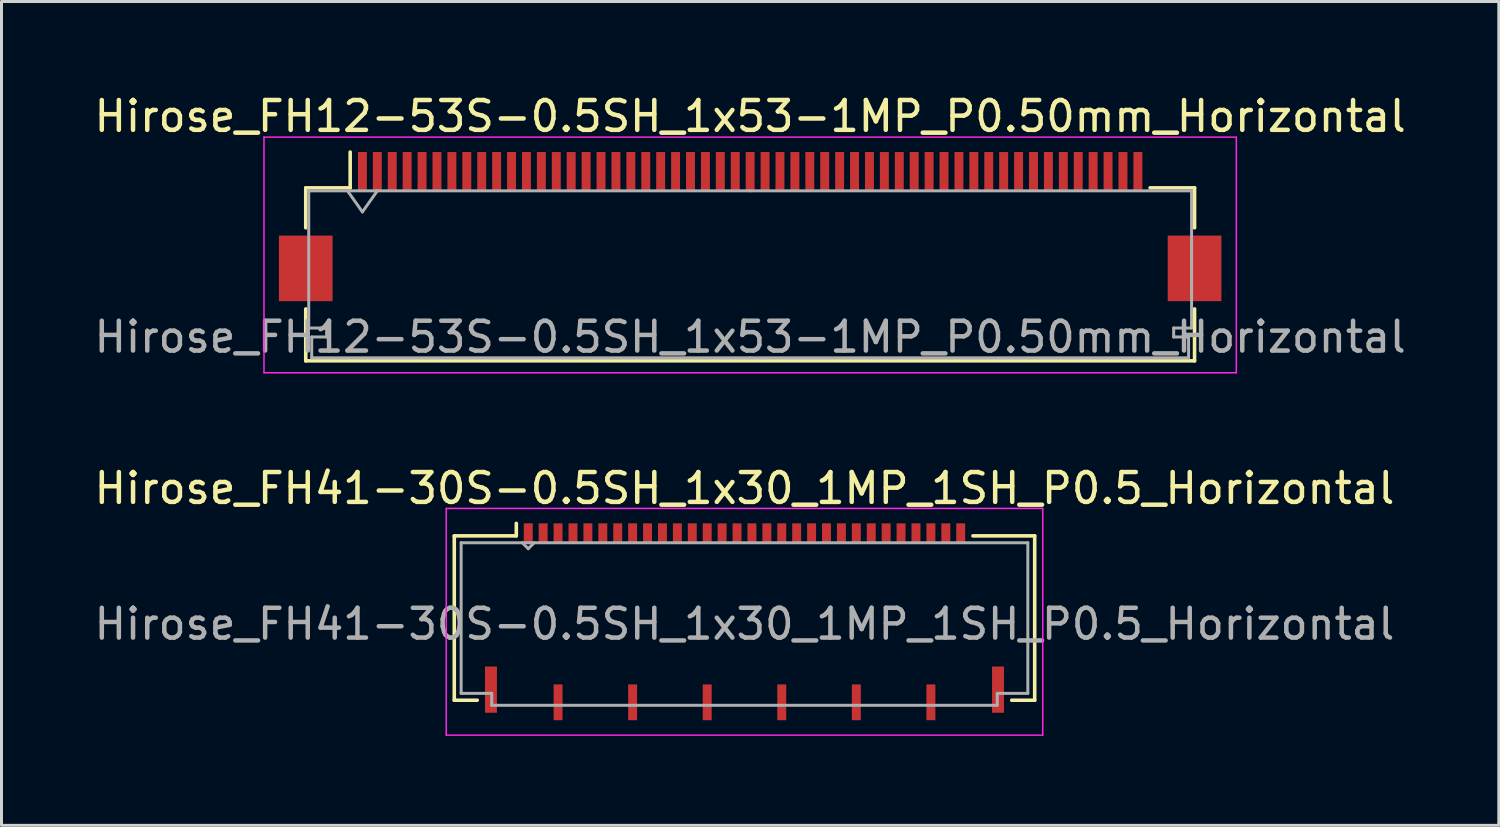
<source format=kicad_pcb>
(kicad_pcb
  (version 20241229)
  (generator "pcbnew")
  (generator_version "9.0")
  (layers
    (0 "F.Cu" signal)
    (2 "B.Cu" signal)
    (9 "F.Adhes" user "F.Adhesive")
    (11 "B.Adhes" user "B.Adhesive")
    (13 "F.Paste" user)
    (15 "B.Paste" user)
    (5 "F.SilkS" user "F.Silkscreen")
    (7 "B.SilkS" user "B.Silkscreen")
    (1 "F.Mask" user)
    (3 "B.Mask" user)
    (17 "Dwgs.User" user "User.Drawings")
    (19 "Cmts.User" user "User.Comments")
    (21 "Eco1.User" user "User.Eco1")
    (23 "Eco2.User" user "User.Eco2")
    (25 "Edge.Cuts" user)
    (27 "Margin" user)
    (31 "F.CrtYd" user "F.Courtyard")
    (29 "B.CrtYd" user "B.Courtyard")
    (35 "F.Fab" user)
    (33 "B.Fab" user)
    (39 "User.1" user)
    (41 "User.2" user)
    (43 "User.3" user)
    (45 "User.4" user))
  (footprint "Hirose_FH41-30S-0.5SH_1x30_1MP_1SH_P0.5_Horizontal"
    (layer "F.Cu")
    (at 21.911 17.797)
    (property "Reference" "Hirose_FH41-30S-0.5SH_1x30_1MP_1SH_P0.5_Horizontal" (at 0 -4.475 0) (layer "F.SilkS") (effects (font (size 1 1) (thickness 0.15))))
    (attr smd)
    (fp_line (start -9.73 -2.88) (end -9.73 2.63) (stroke (width 0.12) (type solid)) (layer "F.SilkS"))
    (fp_line (start -9.73 2.63) (end -8.96 2.63) (stroke (width 0.12) (type solid)) (layer "F.SilkS"))
    (fp_line (start -7.66 -2.88) (end -9.73 -2.88) (stroke (width 0.12) (type solid)) (layer "F.SilkS"))
    (fp_line (start -7.65 -2.88) (end -7.65 -3.3) (stroke (width 0.12) (type solid)) (layer "F.SilkS"))
    (fp_line (start 7.66 -2.88) (end 9.73 -2.88) (stroke (width 0.12) (type solid)) (layer "F.SilkS"))
    (fp_line (start 9.73 -2.88) (end 9.73 2.63) (stroke (width 0.12) (type solid)) (layer "F.SilkS"))
    (fp_line (start 9.73 2.63) (end 8.96 2.63) (stroke (width 0.12) (type solid)) (layer "F.SilkS"))
    (fp_line (start -10 -3.8) (end -10 3.8) (stroke (width 0.05) (type solid)) (layer "F.CrtYd"))
    (fp_line (start -10 -3.8) (end 10 -3.8) (stroke (width 0.05) (type solid)) (layer "F.CrtYd"))
    (fp_line (start -10 3.8) (end 10 3.8) (stroke (width 0.05) (type solid)) (layer "F.CrtYd"))
    (fp_line (start 10 -3.8) (end 10 3.8) (stroke (width 0.05) (type solid)) (layer "F.CrtYd"))
    (fp_line (start -9.5 -2.65) (end 9.5 -2.65) (stroke (width 0.1) (type solid)) (layer "F.Fab"))
    (fp_line (start -9.5 2.4) (end -9.5 -2.65) (stroke (width 0.1) (type solid)) (layer "F.Fab"))
    (fp_line (start -8.475 2.4) (end -9.5 2.4) (stroke (width 0.1) (type solid)) (layer "F.Fab"))
    (fp_line (start -8.475 2.8) (end -8.475 2.4) (stroke (width 0.1) (type solid)) (layer "F.Fab"))
    (fp_line (start -7.45 -2.65) (end -7.25 -2.45) (stroke (width 0.1) (type solid)) (layer "F.Fab"))
    (fp_line (start -7.25 -2.45) (end -7.05 -2.65) (stroke (width 0.1) (type solid)) (layer "F.Fab"))
    (fp_line (start 8.475 2.4) (end 8.475 2.8) (stroke (width 0.1) (type solid)) (layer "F.Fab"))
    (fp_line (start 8.475 2.8) (end -8.475 2.8) (stroke (width 0.1) (type solid)) (layer "F.Fab"))
    (fp_line (start 9.5 -2.65) (end 9.5 2.4) (stroke (width 0.1) (type solid)) (layer "F.Fab"))
    (fp_line (start 9.5 2.4) (end 8.475 2.4) (stroke (width 0.1) (type solid)) (layer "F.Fab"))
    (fp_text user "${REFERENCE}" (at 0 0.075 0) (layer "F.Fab") (effects (font (size 1 1) (thickness 0.15))))
    (pad "1" smd rect (at -7.25 -2.975) (size 0.3 0.65) (layers "F.Cu" "F.Mask" "F.Paste"))
    (pad "2" smd rect (at -6.75 -2.975) (size 0.3 0.65) (layers "F.Cu" "F.Mask" "F.Paste"))
    (pad "3" smd rect (at -6.25 -2.975) (size 0.3 0.65) (layers "F.Cu" "F.Mask" "F.Paste"))
    (pad "4" smd rect (at -5.75 -2.975) (size 0.3 0.65) (layers "F.Cu" "F.Mask" "F.Paste"))
    (pad "5" smd rect (at -5.25 -2.975) (size 0.3 0.65) (layers "F.Cu" "F.Mask" "F.Paste"))
    (pad "6" smd rect (at -4.75 -2.975) (size 0.3 0.65) (layers "F.Cu" "F.Mask" "F.Paste"))
    (pad "7" smd rect (at -4.25 -2.975) (size 0.3 0.65) (layers "F.Cu" "F.Mask" "F.Paste"))
    (pad "8" smd rect (at -3.75 -2.975) (size 0.3 0.65) (layers "F.Cu" "F.Mask" "F.Paste"))
    (pad "9" smd rect (at -3.25 -2.975) (size 0.3 0.65) (layers "F.Cu" "F.Mask" "F.Paste"))
    (pad "10" smd rect (at -2.75 -2.975) (size 0.3 0.65) (layers "F.Cu" "F.Mask" "F.Paste"))
    (pad "11" smd rect (at -2.25 -2.975) (size 0.3 0.65) (layers "F.Cu" "F.Mask" "F.Paste"))
    (pad "12" smd rect (at -1.75 -2.975) (size 0.3 0.65) (layers "F.Cu" "F.Mask" "F.Paste"))
    (pad "13" smd rect (at -1.25 -2.975) (size 0.3 0.65) (layers "F.Cu" "F.Mask" "F.Paste"))
    (pad "14" smd rect (at -0.75 -2.975) (size 0.3 0.65) (layers "F.Cu" "F.Mask" "F.Paste"))
    (pad "15" smd rect (at -0.25 -2.975) (size 0.3 0.65) (layers "F.Cu" "F.Mask" "F.Paste"))
    (pad "16" smd rect (at 0.25 -2.975) (size 0.3 0.65) (layers "F.Cu" "F.Mask" "F.Paste"))
    (pad "17" smd rect (at 0.75 -2.975) (size 0.3 0.65) (layers "F.Cu" "F.Mask" "F.Paste"))
    (pad "18" smd rect (at 1.25 -2.975) (size 0.3 0.65) (layers "F.Cu" "F.Mask" "F.Paste"))
    (pad "19" smd rect (at 1.75 -2.975) (size 0.3 0.65) (layers "F.Cu" "F.Mask" "F.Paste"))
    (pad "20" smd rect (at 2.25 -2.975) (size 0.3 0.65) (layers "F.Cu" "F.Mask" "F.Paste"))
    (pad "21" smd rect (at 2.75 -2.975) (size 0.3 0.65) (layers "F.Cu" "F.Mask" "F.Paste"))
    (pad "22" smd rect (at 3.25 -2.975) (size 0.3 0.65) (layers "F.Cu" "F.Mask" "F.Paste"))
    (pad "23" smd rect (at 3.75 -2.975) (size 0.3 0.65) (layers "F.Cu" "F.Mask" "F.Paste"))
    (pad "24" smd rect (at 4.25 -2.975) (size 0.3 0.65) (layers "F.Cu" "F.Mask" "F.Paste"))
    (pad "25" smd rect (at 4.75 -2.975) (size 0.3 0.65) (layers "F.Cu" "F.Mask" "F.Paste"))
    (pad "26" smd rect (at 5.25 -2.975) (size 0.3 0.65) (layers "F.Cu" "F.Mask" "F.Paste"))
    (pad "27" smd rect (at 5.75 -2.975) (size 0.3 0.65) (layers "F.Cu" "F.Mask" "F.Paste"))
    (pad "28" smd rect (at 6.25 -2.975) (size 0.3 0.65) (layers "F.Cu" "F.Mask" "F.Paste"))
    (pad "29" smd rect (at 6.75 -2.975) (size 0.3 0.65) (layers "F.Cu" "F.Mask" "F.Paste"))
    (pad "30" smd rect (at 7.25 -2.975) (size 0.3 0.65) (layers "F.Cu" "F.Mask" "F.Paste"))
    (pad "MP" smd rect (at -8.5 2.275) (size 0.4 1.55) (layers "F.Cu" "F.Mask" "F.Paste"))
    (pad "MP" smd rect (at 8.5 2.275) (size 0.4 1.55) (layers "F.Cu" "F.Mask" "F.Paste"))
    (pad "SH" smd rect (at -6.25 2.7) (size 0.3 1.2) (layers "F.Cu" "F.Mask" "F.Paste"))
    (pad "SH" smd rect (at -3.75 2.7) (size 0.3 1.2) (layers "F.Cu" "F.Mask" "F.Paste"))
    (pad "SH" smd rect (at -1.25 2.7) (size 0.3 1.2) (layers "F.Cu" "F.Mask" "F.Paste"))
    (pad "SH" smd rect (at 1.25 2.7) (size 0.3 1.2) (layers "F.Cu" "F.Mask" "F.Paste"))
    (pad "SH" smd rect (at 3.75 2.7) (size 0.3 1.2) (layers "F.Cu" "F.Mask" "F.Paste"))
    (pad "SH" smd rect (at 6.25 2.7) (size 0.3 1.2) (layers "F.Cu" "F.Mask" "F.Paste")))
  (footprint "Hirose_FH12-53S-0.5SH_1x53-1MP_P0.50mm_Horizontal"
    (layer "F.Cu")
    (at 22.101 4.548)
    (property "Reference" "Hirose_FH12-53S-0.5SH_1x53-1MP_P0.50mm_Horizontal" (at 0 -3.7 0) (layer "F.SilkS") (effects (font (size 1 1) (thickness 0.15))))
    (attr smd)
    (fp_line (start -14.9 -1.3) (end -14.9 0.04) (stroke (width 0.12) (type solid)) (layer "F.SilkS"))
    (fp_line (start -14.9 2.76) (end -14.9 4.5) (stroke (width 0.12) (type solid)) (layer "F.SilkS"))
    (fp_line (start -14.9 4.5) (end 14.9 4.5) (stroke (width 0.12) (type solid)) (layer "F.SilkS"))
    (fp_line (start -13.41 -1.3) (end -14.9 -1.3) (stroke (width 0.12) (type solid)) (layer "F.SilkS"))
    (fp_line (start -13.41 -1.3) (end -13.41 -2.5) (stroke (width 0.12) (type solid)) (layer "F.SilkS"))
    (fp_line (start 13.41 -1.3) (end 14.9 -1.3) (stroke (width 0.12) (type solid)) (layer "F.SilkS"))
    (fp_line (start 14.9 -1.3) (end 14.9 0.04) (stroke (width 0.12) (type solid)) (layer "F.SilkS"))
    (fp_line (start 14.9 4.5) (end 14.9 2.76) (stroke (width 0.12) (type solid)) (layer "F.SilkS"))
    (fp_line (start -16.3 -3) (end -16.3 4.9) (stroke (width 0.05) (type solid)) (layer "F.CrtYd"))
    (fp_line (start -16.3 4.9) (end 16.3 4.9) (stroke (width 0.05) (type solid)) (layer "F.CrtYd"))
    (fp_line (start 16.3 -3) (end -16.3 -3) (stroke (width 0.05) (type solid)) (layer "F.CrtYd"))
    (fp_line (start 16.3 4.9) (end 16.3 -3) (stroke (width 0.05) (type solid)) (layer "F.CrtYd"))
    (fp_line (start -14.8 -1.2) (end -14.8 3.4) (stroke (width 0.1) (type solid)) (layer "F.Fab"))
    (fp_line (start -14.8 3.4) (end -14.2 3.4) (stroke (width 0.1) (type solid)) (layer "F.Fab"))
    (fp_line (start -14.7 3.7) (end -14.7 4.4) (stroke (width 0.1) (type solid)) (layer "F.Fab"))
    (fp_line (start -14.7 4.4) (end 0 4.4) (stroke (width 0.1) (type solid)) (layer "F.Fab"))
    (fp_line (start -14.2 3.4) (end -14.2 3.7) (stroke (width 0.1) (type solid)) (layer "F.Fab"))
    (fp_line (start -14.2 3.7) (end -14.7 3.7) (stroke (width 0.1) (type solid)) (layer "F.Fab"))
    (fp_line (start -13.5 -1.2) (end -13 -0.493) (stroke (width 0.1) (type solid)) (layer "F.Fab"))
    (fp_line (start -13 -0.493) (end -12.5 -1.2) (stroke (width 0.1) (type solid)) (layer "F.Fab"))
    (fp_line (start 0 -1.2) (end -14.8 -1.2) (stroke (width 0.1) (type solid)) (layer "F.Fab"))
    (fp_line (start 0 -1.2) (end 14.8 -1.2) (stroke (width 0.1) (type solid)) (layer "F.Fab"))
    (fp_line (start 14.2 3.4) (end 14.2 3.7) (stroke (width 0.1) (type solid)) (layer "F.Fab"))
    (fp_line (start 14.2 3.7) (end 14.7 3.7) (stroke (width 0.1) (type solid)) (layer "F.Fab"))
    (fp_line (start 14.7 3.7) (end 14.7 4.4) (stroke (width 0.1) (type solid)) (layer "F.Fab"))
    (fp_line (start 14.7 4.4) (end 0 4.4) (stroke (width 0.1) (type solid)) (layer "F.Fab"))
    (fp_line (start 14.8 -1.2) (end 14.8 3.4) (stroke (width 0.1) (type solid)) (layer "F.Fab"))
    (fp_line (start 14.8 3.4) (end 14.2 3.4) (stroke (width 0.1) (type solid)) (layer "F.Fab"))
    (fp_text user "${REFERENCE}" (at 0 3.7 0) (layer "F.Fab") (effects (font (size 1 1) (thickness 0.15))))
    (pad "1" smd rect (at -13 -1.85) (size 0.3 1.3) (layers "F.Cu" "F.Mask" "F.Paste"))
    (pad "2" smd rect (at -12.5 -1.85) (size 0.3 1.3) (layers "F.Cu" "F.Mask" "F.Paste"))
    (pad "3" smd rect (at -12 -1.85) (size 0.3 1.3) (layers "F.Cu" "F.Mask" "F.Paste"))
    (pad "4" smd rect (at -11.5 -1.85) (size 0.3 1.3) (layers "F.Cu" "F.Mask" "F.Paste"))
    (pad "5" smd rect (at -11 -1.85) (size 0.3 1.3) (layers "F.Cu" "F.Mask" "F.Paste"))
    (pad "6" smd rect (at -10.5 -1.85) (size 0.3 1.3) (layers "F.Cu" "F.Mask" "F.Paste"))
    (pad "7" smd rect (at -10 -1.85) (size 0.3 1.3) (layers "F.Cu" "F.Mask" "F.Paste"))
    (pad "8" smd rect (at -9.5 -1.85) (size 0.3 1.3) (layers "F.Cu" "F.Mask" "F.Paste"))
    (pad "9" smd rect (at -9 -1.85) (size 0.3 1.3) (layers "F.Cu" "F.Mask" "F.Paste"))
    (pad "10" smd rect (at -8.5 -1.85) (size 0.3 1.3) (layers "F.Cu" "F.Mask" "F.Paste"))
    (pad "11" smd rect (at -8 -1.85) (size 0.3 1.3) (layers "F.Cu" "F.Mask" "F.Paste"))
    (pad "12" smd rect (at -7.5 -1.85) (size 0.3 1.3) (layers "F.Cu" "F.Mask" "F.Paste"))
    (pad "13" smd rect (at -7 -1.85) (size 0.3 1.3) (layers "F.Cu" "F.Mask" "F.Paste"))
    (pad "14" smd rect (at -6.5 -1.85) (size 0.3 1.3) (layers "F.Cu" "F.Mask" "F.Paste"))
    (pad "15" smd rect (at -6 -1.85) (size 0.3 1.3) (layers "F.Cu" "F.Mask" "F.Paste"))
    (pad "16" smd rect (at -5.5 -1.85) (size 0.3 1.3) (layers "F.Cu" "F.Mask" "F.Paste"))
    (pad "17" smd rect (at -5 -1.85) (size 0.3 1.3) (layers "F.Cu" "F.Mask" "F.Paste"))
    (pad "18" smd rect (at -4.5 -1.85) (size 0.3 1.3) (layers "F.Cu" "F.Mask" "F.Paste"))
    (pad "19" smd rect (at -4 -1.85) (size 0.3 1.3) (layers "F.Cu" "F.Mask" "F.Paste"))
    (pad "20" smd rect (at -3.5 -1.85) (size 0.3 1.3) (layers "F.Cu" "F.Mask" "F.Paste"))
    (pad "21" smd rect (at -3 -1.85) (size 0.3 1.3) (layers "F.Cu" "F.Mask" "F.Paste"))
    (pad "22" smd rect (at -2.5 -1.85) (size 0.3 1.3) (layers "F.Cu" "F.Mask" "F.Paste"))
    (pad "23" smd rect (at -2 -1.85) (size 0.3 1.3) (layers "F.Cu" "F.Mask" "F.Paste"))
    (pad "24" smd rect (at -1.5 -1.85) (size 0.3 1.3) (layers "F.Cu" "F.Mask" "F.Paste"))
    (pad "25" smd rect (at -1 -1.85) (size 0.3 1.3) (layers "F.Cu" "F.Mask" "F.Paste"))
    (pad "26" smd rect (at -0.5 -1.85) (size 0.3 1.3) (layers "F.Cu" "F.Mask" "F.Paste"))
    (pad "27" smd rect (at 0 -1.85) (size 0.3 1.3) (layers "F.Cu" "F.Mask" "F.Paste"))
    (pad "28" smd rect (at 0.5 -1.85) (size 0.3 1.3) (layers "F.Cu" "F.Mask" "F.Paste"))
    (pad "29" smd rect (at 1 -1.85) (size 0.3 1.3) (layers "F.Cu" "F.Mask" "F.Paste"))
    (pad "30" smd rect (at 1.5 -1.85) (size 0.3 1.3) (layers "F.Cu" "F.Mask" "F.Paste"))
    (pad "31" smd rect (at 2 -1.85) (size 0.3 1.3) (layers "F.Cu" "F.Mask" "F.Paste"))
    (pad "32" smd rect (at 2.5 -1.85) (size 0.3 1.3) (layers "F.Cu" "F.Mask" "F.Paste"))
    (pad "33" smd rect (at 3 -1.85) (size 0.3 1.3) (layers "F.Cu" "F.Mask" "F.Paste"))
    (pad "34" smd rect (at 3.5 -1.85) (size 0.3 1.3) (layers "F.Cu" "F.Mask" "F.Paste"))
    (pad "35" smd rect (at 4 -1.85) (size 0.3 1.3) (layers "F.Cu" "F.Mask" "F.Paste"))
    (pad "36" smd rect (at 4.5 -1.85) (size 0.3 1.3) (layers "F.Cu" "F.Mask" "F.Paste"))
    (pad "37" smd rect (at 5 -1.85) (size 0.3 1.3) (layers "F.Cu" "F.Mask" "F.Paste"))
    (pad "38" smd rect (at 5.5 -1.85) (size 0.3 1.3) (layers "F.Cu" "F.Mask" "F.Paste"))
    (pad "39" smd rect (at 6 -1.85) (size 0.3 1.3) (layers "F.Cu" "F.Mask" "F.Paste"))
    (pad "40" smd rect (at 6.5 -1.85) (size 0.3 1.3) (layers "F.Cu" "F.Mask" "F.Paste"))
    (pad "41" smd rect (at 7 -1.85) (size 0.3 1.3) (layers "F.Cu" "F.Mask" "F.Paste"))
    (pad "42" smd rect (at 7.5 -1.85) (size 0.3 1.3) (layers "F.Cu" "F.Mask" "F.Paste"))
    (pad "43" smd rect (at 8 -1.85) (size 0.3 1.3) (layers "F.Cu" "F.Mask" "F.Paste"))
    (pad "44" smd rect (at 8.5 -1.85) (size 0.3 1.3) (layers "F.Cu" "F.Mask" "F.Paste"))
    (pad "45" smd rect (at 9 -1.85) (size 0.3 1.3) (layers "F.Cu" "F.Mask" "F.Paste"))
    (pad "46" smd rect (at 9.5 -1.85) (size 0.3 1.3) (layers "F.Cu" "F.Mask" "F.Paste"))
    (pad "47" smd rect (at 10 -1.85) (size 0.3 1.3) (layers "F.Cu" "F.Mask" "F.Paste"))
    (pad "48" smd rect (at 10.5 -1.85) (size 0.3 1.3) (layers "F.Cu" "F.Mask" "F.Paste"))
    (pad "49" smd rect (at 11 -1.85) (size 0.3 1.3) (layers "F.Cu" "F.Mask" "F.Paste"))
    (pad "50" smd rect (at 11.5 -1.85) (size 0.3 1.3) (layers "F.Cu" "F.Mask" "F.Paste"))
    (pad "51" smd rect (at 12 -1.85) (size 0.3 1.3) (layers "F.Cu" "F.Mask" "F.Paste"))
    (pad "52" smd rect (at 12.5 -1.85) (size 0.3 1.3) (layers "F.Cu" "F.Mask" "F.Paste"))
    (pad "53" smd rect (at 13 -1.85) (size 0.3 1.3) (layers "F.Cu" "F.Mask" "F.Paste"))
    (pad "MP" smd rect (at -14.9 1.4) (size 1.8 2.2) (layers "F.Cu" "F.Mask" "F.Paste"))
    (pad "MP" smd rect (at 14.9 1.4) (size 1.8 2.2) (layers "F.Cu" "F.Mask" "F.Paste")))
  (gr_rect
    (start -3 -3)
    (end 47.202 24.622)
    (stroke (width 0.1) (type default))
    (fill no)
    (layer "Edge.Cuts")))
</source>
